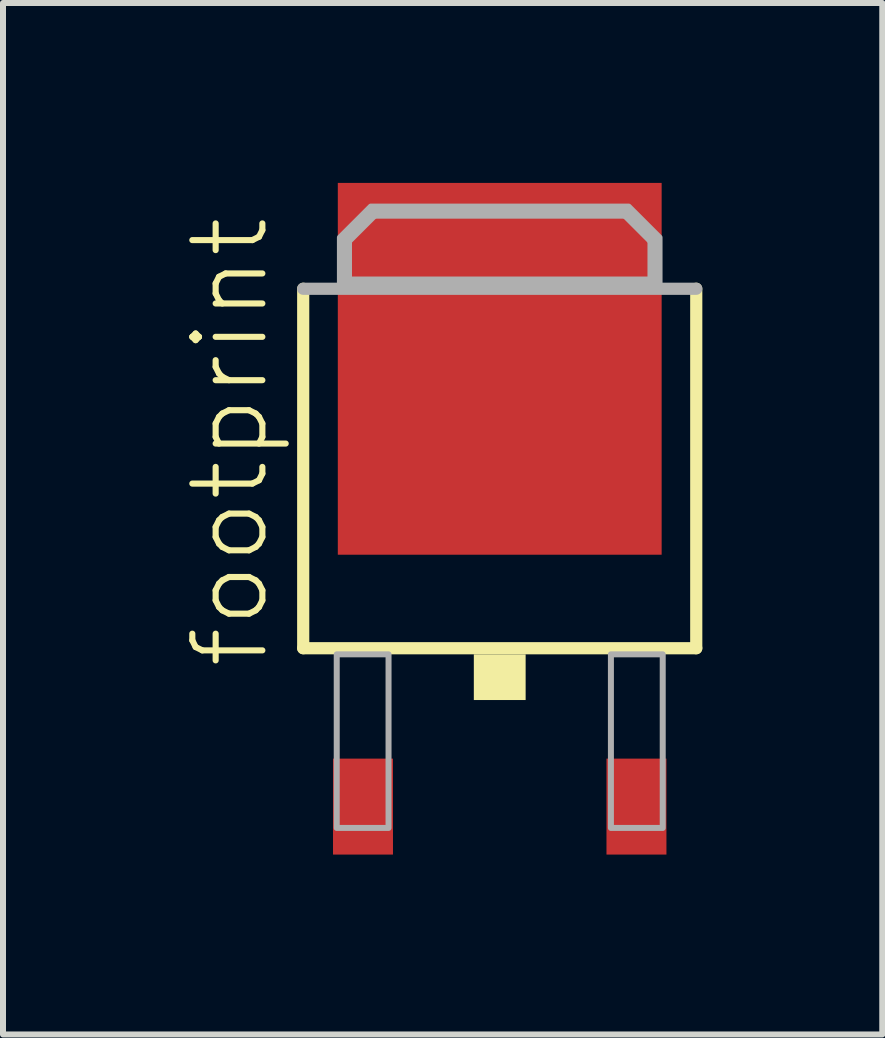
<source format=kicad_pcb>
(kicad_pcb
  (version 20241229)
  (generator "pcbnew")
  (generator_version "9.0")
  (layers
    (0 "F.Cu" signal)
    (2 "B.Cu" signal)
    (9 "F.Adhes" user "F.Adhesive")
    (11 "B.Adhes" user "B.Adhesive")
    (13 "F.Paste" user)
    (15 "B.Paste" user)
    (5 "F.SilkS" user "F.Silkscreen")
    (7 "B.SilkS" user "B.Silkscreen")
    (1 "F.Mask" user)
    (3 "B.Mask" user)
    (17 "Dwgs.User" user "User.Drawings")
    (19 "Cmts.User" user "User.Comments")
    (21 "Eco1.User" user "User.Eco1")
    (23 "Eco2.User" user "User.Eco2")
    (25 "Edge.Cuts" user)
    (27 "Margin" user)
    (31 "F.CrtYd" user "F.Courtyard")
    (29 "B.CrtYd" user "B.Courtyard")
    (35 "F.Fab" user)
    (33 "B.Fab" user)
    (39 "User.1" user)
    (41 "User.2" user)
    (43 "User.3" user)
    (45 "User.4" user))
  (footprint "footprint"
    (layer "F.Cu")
    (at 5.283 5.6)
    (property "Reference" "footprint" (at -3.81 2.54 90) (layer "F.SilkS") (effects (font (size 1.168 1.168) (thickness 0.102)) (justify left bottom)))
    (fp_line (start -3.277 2.159) (end -3.277 -3.835) (stroke (width 0.203) (type solid)) (layer "F.SilkS"))
    (fp_line (start 3.277 -3.835) (end 3.277 2.159) (stroke (width 0.203) (type solid)) (layer "F.SilkS"))
    (fp_line (start 3.277 2.159) (end -3.277 2.159) (stroke (width 0.203) (type solid)) (layer "F.SilkS"))
    (fp_poly (pts (xy -0.432 3.023) (xy 0.432 3.023) (xy 0.432 2.261) (xy -0.432 2.261)) (stroke (width 0) (type solid)) (fill yes) (layer "F.SilkS"))
    (fp_line (start -3.277 -3.835) (end 3.277 -3.835) (stroke (width 0.203) (type solid)) (layer "F.Fab"))
    (fp_line (start -2.565 -4.648) (end -2.108 -5.105) (stroke (width 0.203) (type solid)) (layer "F.Fab"))
    (fp_line (start -2.565 -3.937) (end -2.565 -4.648) (stroke (width 0.203) (type solid)) (layer "F.Fab"))
    (fp_line (start -2.108 -5.105) (end 2.108 -5.105) (stroke (width 0.203) (type solid)) (layer "F.Fab"))
    (fp_line (start 2.108 -5.105) (end 2.565 -4.648) (stroke (width 0.203) (type solid)) (layer "F.Fab"))
    (fp_line (start 2.565 -4.648) (end 2.565 -3.937) (stroke (width 0.203) (type solid)) (layer "F.Fab"))
    (fp_line (start 2.565 -3.937) (end -2.565 -3.937) (stroke (width 0.203) (type solid)) (layer "F.Fab"))
    (fp_poly (pts (xy -2.718 5.156) (xy -1.854 5.156) (xy -1.854 2.261) (xy -2.718 2.261)) (stroke (width 0.1) (type solid)) (fill no) (layer "F.Fab"))
    (fp_poly (pts (xy 1.854 5.156) (xy 2.718 5.156) (xy 2.718 2.261) (xy 1.854 2.261)) (stroke (width 0.1) (type solid)) (fill no) (layer "F.Fab"))
    (fp_poly (pts (xy 2.665 -4.69) (xy 2.665 -3.837) (xy -2.665 -3.837) (xy -2.665 -4.69) (xy -2.15 -5.205) (xy 2.15 -5.205)) (stroke (width 0.1) (type solid)) (fill no) (layer "F.Fab"))
    (pad "1" smd rect (at -2.28 4.8) (size 1 1.6) (layers "F.Cu" "F.Mask" "F.Paste"))
    (pad "2" smd rect (at 0 -2.5) (size 5.4 6.2) (layers "F.Cu" "F.Mask" "F.Paste"))
    (pad "3" smd rect (at 2.28 4.8) (size 1 1.6) (layers "F.Cu" "F.Mask" "F.Paste")))
  (gr_rect
    (start -3 -3)
    (end 11.662 14.2)
    (stroke (width 0.1) (type default))
    (fill no)
    (layer "Edge.Cuts")))
</source>
